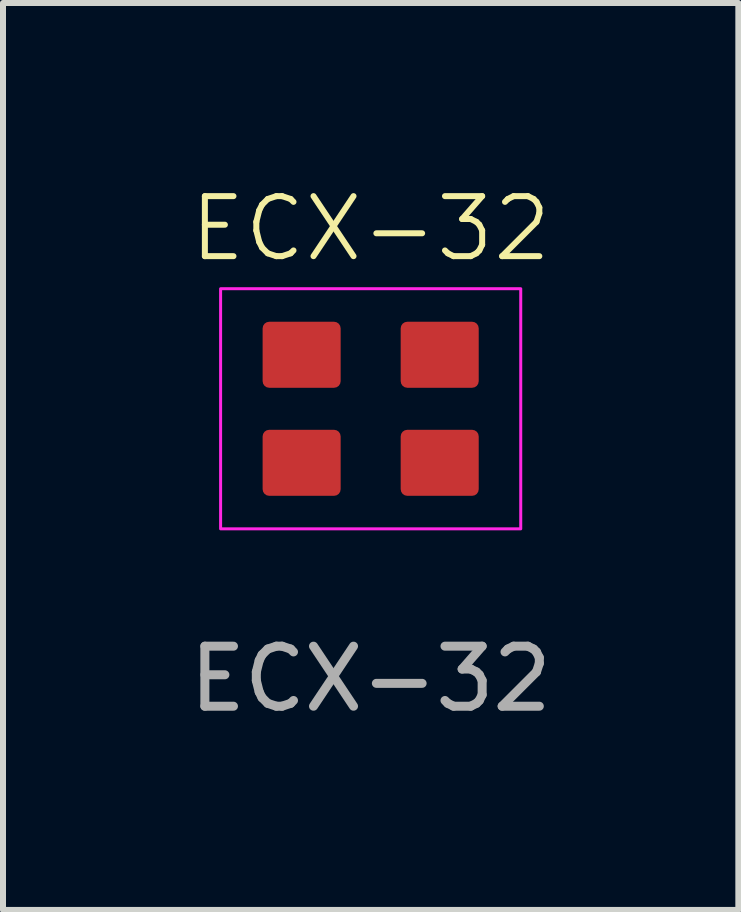
<source format=kicad_pcb>
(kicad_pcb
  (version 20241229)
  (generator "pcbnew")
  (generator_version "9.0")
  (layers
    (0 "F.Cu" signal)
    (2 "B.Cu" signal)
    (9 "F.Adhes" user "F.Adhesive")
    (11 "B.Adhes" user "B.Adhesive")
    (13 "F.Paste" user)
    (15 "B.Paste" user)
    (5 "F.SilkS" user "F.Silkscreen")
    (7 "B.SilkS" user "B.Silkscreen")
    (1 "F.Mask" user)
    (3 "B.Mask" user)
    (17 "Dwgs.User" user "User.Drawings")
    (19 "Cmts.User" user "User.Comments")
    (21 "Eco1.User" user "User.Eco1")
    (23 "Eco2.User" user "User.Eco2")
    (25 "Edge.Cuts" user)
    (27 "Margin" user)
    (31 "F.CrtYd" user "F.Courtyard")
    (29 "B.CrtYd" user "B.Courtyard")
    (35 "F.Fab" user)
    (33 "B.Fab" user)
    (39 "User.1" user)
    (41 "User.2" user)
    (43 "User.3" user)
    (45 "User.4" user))
  (footprint "ECX-32"
    (layer "F.Cu")
    (at 3.125 3.76)
    (property "Reference" "ECX-32" (at 0 -3 0) (unlocked yes) (layer "F.SilkS") (effects (font (size 1 1) (thickness 0.1))))
    (attr smd)
    (fp_rect (start -2.5 -2) (end 2.5 2) (stroke (width 0.05) (type default)) (fill no) (layer "F.CrtYd"))
    (fp_text user "${REFERENCE}" (at 0 4.5 0) (unlocked yes) (layer "F.Fab") (effects (font (size 1 1) (thickness 0.15))))
    (pad "1" smd roundrect (at -1.15 -0.9) (size 1.3 1.1) (layers "F.Cu" "F.Mask" "F.Paste") (roundrect_rratio 0.1))
    (pad "2" smd roundrect (at -1.15 0.9) (size 1.3 1.1) (layers "F.Cu" "F.Mask" "F.Paste") (roundrect_rratio 0.1))
    (pad "2" smd roundrect (at 1.15 -0.9) (size 1.3 1.1) (layers "F.Cu" "F.Mask" "F.Paste") (roundrect_rratio 0.1))
    (pad "3" smd roundrect (at 1.15 0.9) (size 1.3 1.1) (layers "F.Cu" "F.Mask" "F.Paste") (roundrect_rratio 0.1)))
  (gr_rect
    (start -3 -3)
    (end 9.25 12.109)
    (stroke (width 0.1) (type default))
    (fill no)
    (layer "Edge.Cuts")))
</source>
